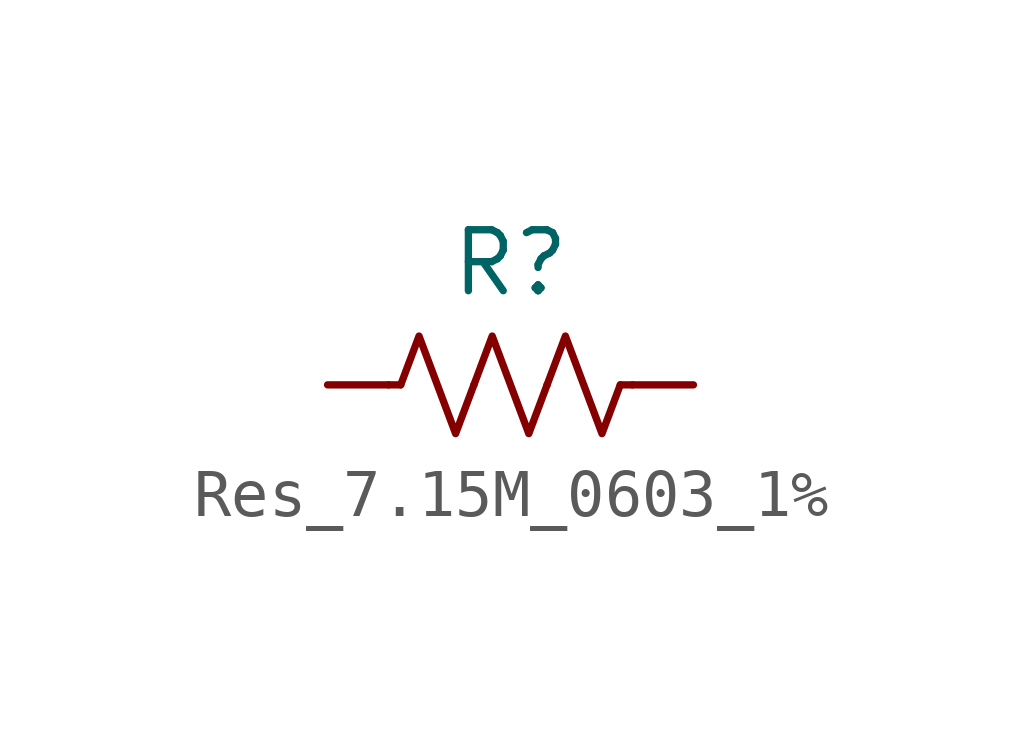
<source format=kicad_sym>
(kicad_symbol_lib
  (version 20231120)
  (generator "kicad_symbol_editor")
  (generator_version "8.0")
  (symbol "Res_7.15M_0603_1%"
    (pin_numbers hide)
    (property "Reference" "R"
      (at 0 0 0)
      (effects (font (size 1.27 1.27))))
    (symbol "Res_7.15M_0603_1%_0_1"
      (polyline (pts (xy -2.286 -2.54) (xy -2.54 -2.54)) (stroke (width 0) (type default)) (fill (type none)))
      (polyline (pts (xy 2.286 -2.54) (xy 2.54 -2.54)) (stroke (width 0) (type default)) (fill (type none)))
      (polyline (pts (xy -2.286 -2.54) (xy -1.905 -1.524) (xy -1.524 -2.54) (xy -1.143 -3.556) (xy -0.762 -2.54)) (stroke (width 0) (type default)) (fill (type none)))
      (polyline (pts (xy 0.762 -2.54) (xy 1.143 -1.524) (xy 1.524 -2.54) (xy 1.905 -3.556) (xy 2.286 -2.54)) (stroke (width 0) (type default)) (fill (type none))))
    (symbol "Res_7.15M_0603_1%_1_1"
      (polyline (pts (xy -0.762 -2.54) (xy -0.381 -1.524) (xy 0 -2.54) (xy 0.381 -3.556) (xy 0.762 -2.54)) (stroke (width 0) (type default)) (fill (type none)))
      (pin passive line (at -3.81 -2.54 0) (length 1.27) (name "~" (effects (font (size 1.27 1.27)))) (number "1" (effects (font (size 1.27 1.27)))))
      (pin passive line (at 3.81 -2.54 180) (length 1.27) (name "~" (effects (font (size 1.27 1.27)))) (number "2" (effects (font (size 1.27 1.27))))))))
</source>
